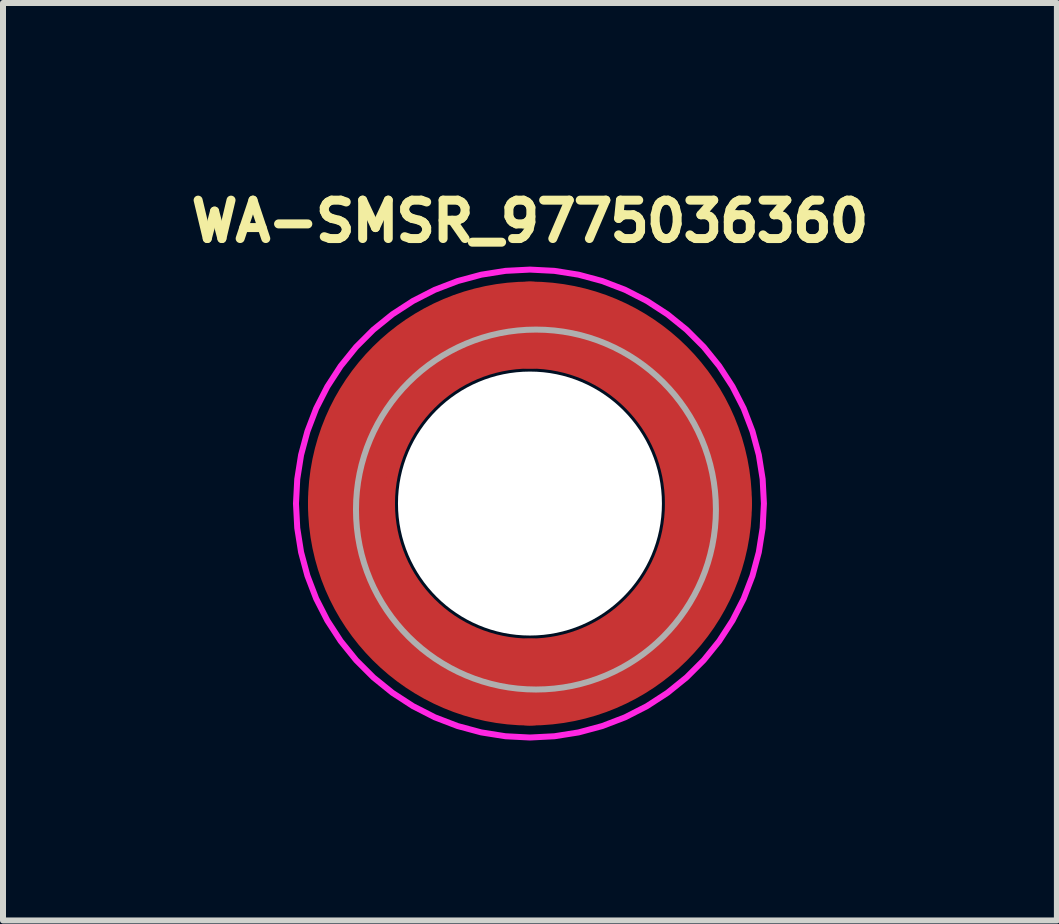
<source format=kicad_pcb>
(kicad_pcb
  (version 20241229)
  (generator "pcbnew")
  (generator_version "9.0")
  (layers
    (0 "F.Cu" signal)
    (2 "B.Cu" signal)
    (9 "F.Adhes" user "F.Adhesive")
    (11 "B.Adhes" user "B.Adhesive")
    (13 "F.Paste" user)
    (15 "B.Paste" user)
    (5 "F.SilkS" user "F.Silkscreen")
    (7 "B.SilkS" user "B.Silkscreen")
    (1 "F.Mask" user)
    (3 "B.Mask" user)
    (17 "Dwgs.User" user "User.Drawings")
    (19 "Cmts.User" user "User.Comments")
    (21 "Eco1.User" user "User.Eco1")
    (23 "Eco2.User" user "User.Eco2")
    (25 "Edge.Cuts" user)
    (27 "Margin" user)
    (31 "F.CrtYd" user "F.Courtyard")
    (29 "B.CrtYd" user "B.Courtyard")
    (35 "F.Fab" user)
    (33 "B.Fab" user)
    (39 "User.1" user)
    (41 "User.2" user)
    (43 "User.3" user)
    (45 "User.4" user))
  (footprint "WA-SMSR_9775036360"
    (layer "F.Cu")
    (at 5.784 5.344)
    (property "Reference" "WA-SMSR_9775036360" (at 0 -4.706 0) (layer "F.SilkS") (effects (font (size 0.64 0.64) (thickness 0.15))))
    (attr smd)
    (fp_arc (start -2.975 0) (mid -2.103643 -2.103643) (end 0 -2.975) (stroke (width 1.45) (type solid)) (layer "F.Cu"))
    (fp_arc (start 0 -2.975) (mid 2.103643 -2.103643) (end 2.975 0) (stroke (width 1.45) (type solid)) (layer "F.Cu"))
    (fp_arc (start 0 2.975) (mid -2.103643 2.103643) (end -2.975 0) (stroke (width 1.45) (type solid)) (layer "F.Cu"))
    (fp_arc (start 2.975 0) (mid 2.103643 2.103643) (end 0 2.975) (stroke (width 1.45) (type solid)) (layer "F.Cu"))
    (fp_circle (center 0 0) (end 3.025 0) (stroke (width 1.55) (type solid)) (fill no) (layer "F.Mask"))
    (fp_poly (pts (xy -3.615 -0.4) (xy -2.205 -0.4) (xy -2.189 -0.479) (xy -2.168 -0.567) (xy -2.143 -0.655) (xy -2.115 -0.742) (xy -2.083 -0.827) (xy -2.047 -0.911) (xy -2.008 -0.994) (xy -1.966 -1.075) (xy -1.921 -1.154) (xy -1.872 -1.231) (xy -1.821 -1.307) (xy -1.766 -1.38) (xy -1.708 -1.45) (xy -1.648 -1.519) (xy -1.585 -1.585) (xy -1.519 -1.648) (xy -1.45 -1.708) (xy -1.38 -1.766) (xy -1.307 -1.821) (xy -1.231 -1.872) (xy -1.154 -1.921) (xy -1.075 -1.966) (xy -0.994 -2.008) (xy -0.911 -2.047) (xy -0.827 -2.083) (xy -0.742 -2.115) (xy -0.655 -2.143) (xy -0.567 -2.168) (xy -0.479 -2.189) (xy -0.4 -2.205) (xy -0.4 -3.615) (xy -0.544 -3.596) (xy -0.707 -3.568) (xy -0.868 -3.532) (xy -1.027 -3.489) (xy -1.184 -3.439) (xy -1.339 -3.382) (xy -1.491 -3.317) (xy -1.64 -3.246) (xy -1.786 -3.169) (xy -1.927 -3.084) (xy -2.065 -2.994) (xy -2.199 -2.897) (xy -2.328 -2.794) (xy -2.453 -2.686) (xy -2.572 -2.572) (xy -2.686 -2.453) (xy -2.794 -2.328) (xy -2.897 -2.199) (xy -2.994 -2.065) (xy -3.084 -1.927) (xy -3.169 -1.786) (xy -3.246 -1.64) (xy -3.317 -1.491) (xy -3.382 -1.339) (xy -3.439 -1.184) (xy -3.489 -1.027) (xy -3.532 -0.868) (xy -3.568 -0.707) (xy -3.596 -0.544) (xy -3.615 -0.4)) (stroke (width 0.01) (type solid)) (fill yes) (layer "F.Paste"))
    (fp_poly (pts (xy -0.4 3.615) (xy -0.4 2.205) (xy -0.479 2.189) (xy -0.567 2.168) (xy -0.655 2.143) (xy -0.742 2.115) (xy -0.827 2.083) (xy -0.911 2.047) (xy -0.994 2.008) (xy -1.075 1.966) (xy -1.154 1.921) (xy -1.231 1.872) (xy -1.307 1.821) (xy -1.38 1.766) (xy -1.45 1.708) (xy -1.519 1.648) (xy -1.585 1.585) (xy -1.648 1.519) (xy -1.708 1.45) (xy -1.766 1.38) (xy -1.821 1.307) (xy -1.872 1.231) (xy -1.921 1.154) (xy -1.966 1.075) (xy -2.008 0.994) (xy -2.047 0.911) (xy -2.083 0.827) (xy -2.115 0.742) (xy -2.143 0.655) (xy -2.168 0.567) (xy -2.189 0.479) (xy -2.205 0.4) (xy -3.615 0.4) (xy -3.596 0.544) (xy -3.568 0.707) (xy -3.532 0.868) (xy -3.489 1.027) (xy -3.439 1.184) (xy -3.382 1.339) (xy -3.317 1.491) (xy -3.246 1.64) (xy -3.169 1.786) (xy -3.084 1.927) (xy -2.994 2.065) (xy -2.897 2.199) (xy -2.794 2.328) (xy -2.686 2.453) (xy -2.572 2.572) (xy -2.453 2.686) (xy -2.328 2.794) (xy -2.199 2.897) (xy -2.065 2.994) (xy -1.927 3.084) (xy -1.786 3.169) (xy -1.64 3.246) (xy -1.491 3.317) (xy -1.339 3.382) (xy -1.184 3.439) (xy -1.027 3.489) (xy -0.868 3.532) (xy -0.707 3.568) (xy -0.544 3.596) (xy -0.4 3.615)) (stroke (width 0.01) (type solid)) (fill yes) (layer "F.Paste"))
    (fp_poly (pts (xy 0.4 -3.615) (xy 0.4 -2.205) (xy 0.479 -2.189) (xy 0.567 -2.168) (xy 0.655 -2.143) (xy 0.742 -2.115) (xy 0.827 -2.083) (xy 0.911 -2.047) (xy 0.994 -2.008) (xy 1.075 -1.966) (xy 1.154 -1.921) (xy 1.231 -1.872) (xy 1.307 -1.821) (xy 1.38 -1.766) (xy 1.45 -1.708) (xy 1.519 -1.648) (xy 1.585 -1.585) (xy 1.648 -1.519) (xy 1.708 -1.45) (xy 1.766 -1.38) (xy 1.821 -1.307) (xy 1.872 -1.231) (xy 1.921 -1.154) (xy 1.966 -1.075) (xy 2.008 -0.994) (xy 2.047 -0.911) (xy 2.083 -0.827) (xy 2.115 -0.742) (xy 2.143 -0.655) (xy 2.168 -0.567) (xy 2.189 -0.479) (xy 2.205 -0.4) (xy 3.615 -0.4) (xy 3.596 -0.544) (xy 3.568 -0.707) (xy 3.532 -0.868) (xy 3.489 -1.027) (xy 3.439 -1.184) (xy 3.382 -1.339) (xy 3.317 -1.491) (xy 3.246 -1.64) (xy 3.169 -1.786) (xy 3.084 -1.927) (xy 2.994 -2.065) (xy 2.897 -2.199) (xy 2.794 -2.328) (xy 2.686 -2.453) (xy 2.572 -2.572) (xy 2.453 -2.686) (xy 2.328 -2.794) (xy 2.199 -2.897) (xy 2.065 -2.994) (xy 1.927 -3.084) (xy 1.786 -3.169) (xy 1.64 -3.246) (xy 1.491 -3.317) (xy 1.339 -3.382) (xy 1.184 -3.439) (xy 1.027 -3.489) (xy 0.868 -3.532) (xy 0.707 -3.568) (xy 0.544 -3.596) (xy 0.4 -3.615)) (stroke (width 0.01) (type solid)) (fill yes) (layer "F.Paste"))
    (fp_poly (pts (xy 3.615 0.4) (xy 2.205 0.4) (xy 2.189 0.479) (xy 2.168 0.567) (xy 2.143 0.655) (xy 2.115 0.742) (xy 2.083 0.827) (xy 2.047 0.911) (xy 2.008 0.994) (xy 1.966 1.075) (xy 1.921 1.154) (xy 1.872 1.231) (xy 1.821 1.307) (xy 1.766 1.38) (xy 1.708 1.45) (xy 1.648 1.519) (xy 1.585 1.585) (xy 1.519 1.648) (xy 1.45 1.708) (xy 1.38 1.766) (xy 1.307 1.821) (xy 1.231 1.872) (xy 1.154 1.921) (xy 1.075 1.966) (xy 0.994 2.008) (xy 0.911 2.047) (xy 0.827 2.083) (xy 0.742 2.115) (xy 0.655 2.143) (xy 0.567 2.168) (xy 0.479 2.189) (xy 0.4 2.205) (xy 0.4 3.615) (xy 0.544 3.596) (xy 0.707 3.568) (xy 0.868 3.532) (xy 1.027 3.489) (xy 1.184 3.439) (xy 1.339 3.382) (xy 1.491 3.317) (xy 1.64 3.246) (xy 1.786 3.169) (xy 1.927 3.084) (xy 2.065 2.994) (xy 2.199 2.897) (xy 2.328 2.794) (xy 2.453 2.686) (xy 2.572 2.572) (xy 2.686 2.453) (xy 2.794 2.328) (xy 2.897 2.199) (xy 2.994 2.065) (xy 3.084 1.927) (xy 3.169 1.786) (xy 3.246 1.64) (xy 3.317 1.491) (xy 3.382 1.339) (xy 3.439 1.184) (xy 3.489 1.027) (xy 3.532 0.868) (xy 3.568 0.707) (xy 3.596 0.544) (xy 3.615 0.4)) (stroke (width 0.01) (type solid)) (fill yes) (layer "F.Paste"))
    (fp_poly (pts (xy 0 -3.9) (xy -0.408 -3.879) (xy -0.811 -3.815) (xy -1.205 -3.709) (xy -1.586 -3.563) (xy -1.95 -3.377) (xy -2.292 -3.155) (xy -2.61 -2.898) (xy -2.898 -2.61) (xy -3.155 -2.292) (xy -3.377 -1.95) (xy -3.563 -1.586) (xy -3.709 -1.205) (xy -3.815 -0.811) (xy -3.879 -0.408) (xy -3.9 0) (xy -3.879 0.408) (xy -3.815 0.811) (xy -3.709 1.205) (xy -3.563 1.586) (xy -3.377 1.95) (xy -3.155 2.292) (xy -2.898 2.61) (xy -2.61 2.898) (xy -2.292 3.155) (xy -1.95 3.377) (xy -1.586 3.563) (xy -1.205 3.709) (xy -0.811 3.815) (xy -0.408 3.879) (xy 0 3.9) (xy 0.408 3.879) (xy 0.811 3.815) (xy 1.205 3.709) (xy 1.586 3.563) (xy 1.95 3.377) (xy 2.292 3.155) (xy 2.61 2.898) (xy 2.898 2.61) (xy 3.155 2.292) (xy 3.377 1.95) (xy 3.563 1.586) (xy 3.709 1.205) (xy 3.815 0.811) (xy 3.879 0.408) (xy 3.9 0) (xy 3.879 -0.408) (xy 3.815 -0.811) (xy 3.709 -1.205) (xy 3.563 -1.586) (xy 3.377 -1.95) (xy 3.155 -2.292) (xy 2.898 -2.61) (xy 2.61 -2.898) (xy 2.292 -3.155) (xy 1.95 -3.377) (xy 1.586 -3.563) (xy 1.205 -3.709) (xy 0.811 -3.815) (xy 0.408 -3.879) (xy 0 -3.9)) (stroke (width 0.1) (type solid)) (fill no) (layer "F.CrtYd"))
    (fp_circle (center 0.1 0.1) (end 3.1 0.1) (stroke (width 0.1) (type solid)) (fill no) (layer "F.Fab"))
    (pad "" np_thru_hole circle (at 0 0) (size 4.4 4.4) (drill 4.4) (layers "*.Cu" "*.Mask"))
    (pad "1" smd rect (at 0 -2.975) (size 1 1) (layers "F.Cu"))
    (pad "2" smd rect (at 2.975 0) (size 1 1) (layers "F.Cu"))
    (pad "3" smd rect (at 0 2.975) (size 1 1) (layers "F.Cu"))
    (pad "4" smd rect (at -2.975 0) (size 1 1) (layers "F.Cu")))
  (gr_rect
    (start -3 -3)
    (end 14.568 12.294)
    (stroke (width 0.1) (type default))
    (fill no)
    (layer "Edge.Cuts")))
</source>
